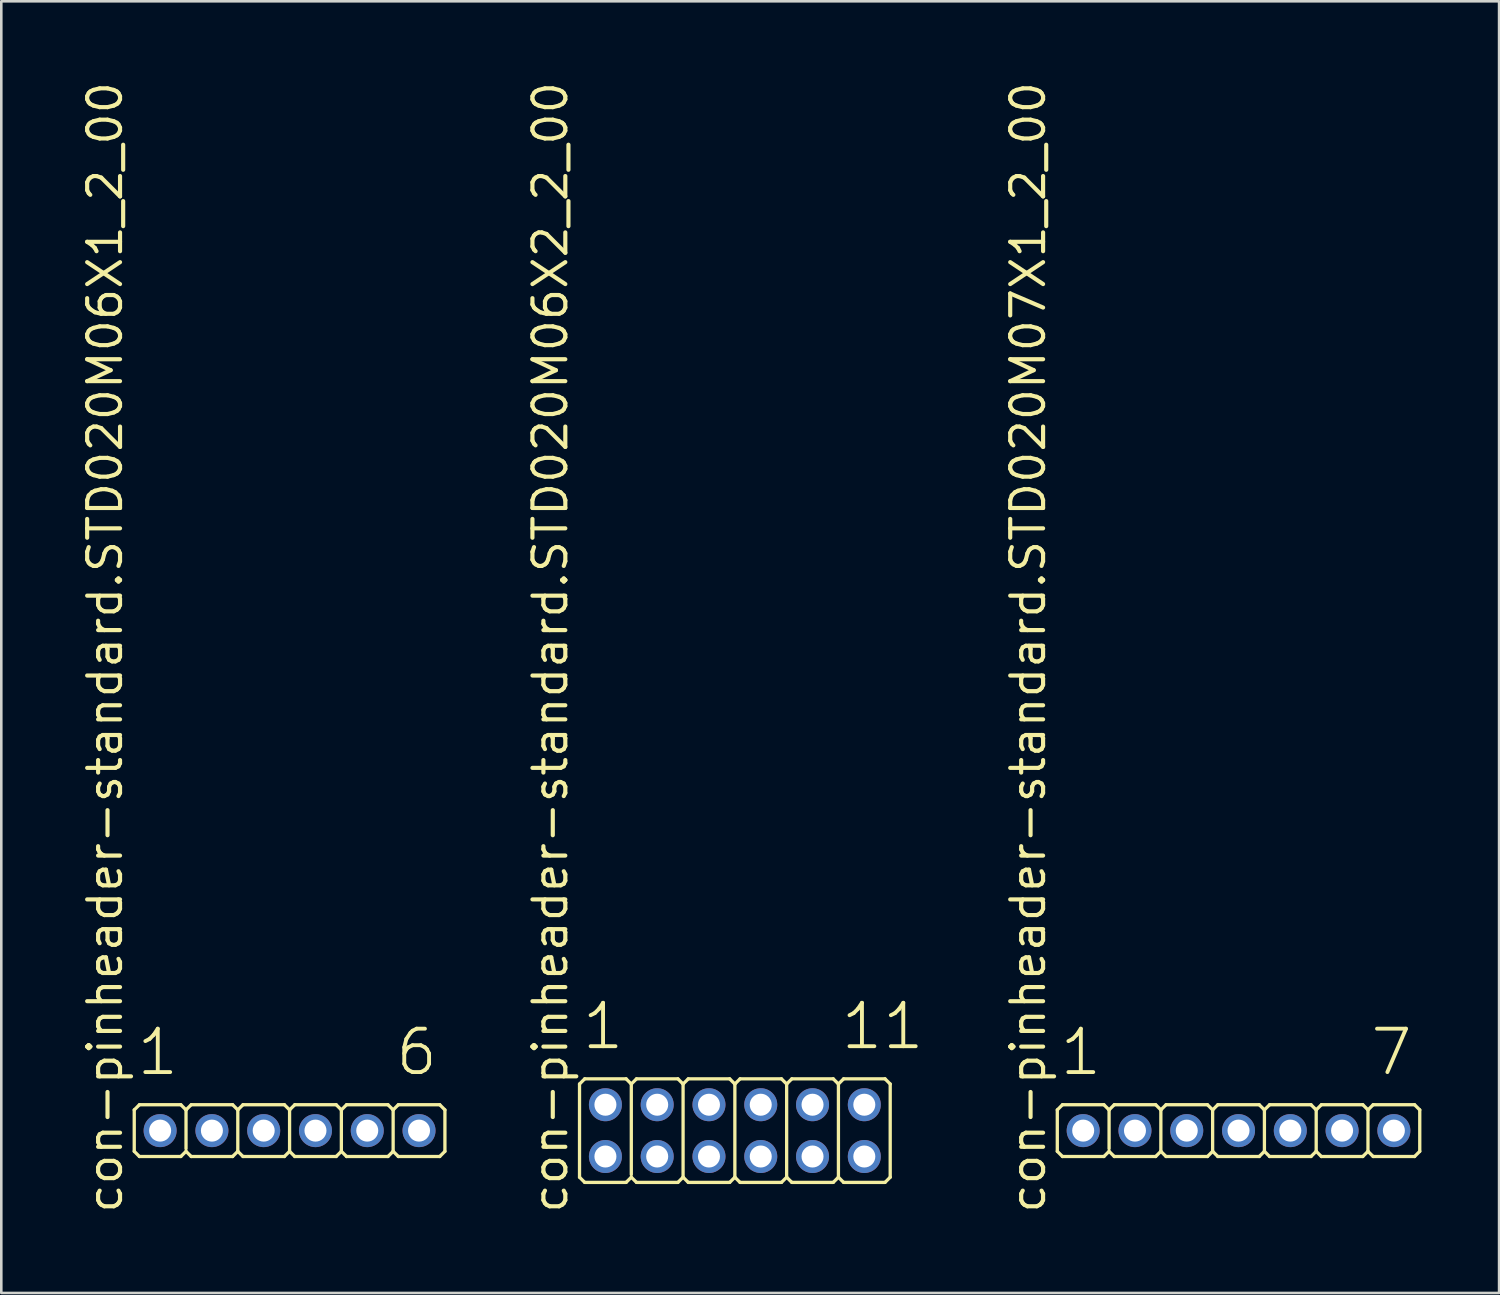
<source format=kicad_pcb>
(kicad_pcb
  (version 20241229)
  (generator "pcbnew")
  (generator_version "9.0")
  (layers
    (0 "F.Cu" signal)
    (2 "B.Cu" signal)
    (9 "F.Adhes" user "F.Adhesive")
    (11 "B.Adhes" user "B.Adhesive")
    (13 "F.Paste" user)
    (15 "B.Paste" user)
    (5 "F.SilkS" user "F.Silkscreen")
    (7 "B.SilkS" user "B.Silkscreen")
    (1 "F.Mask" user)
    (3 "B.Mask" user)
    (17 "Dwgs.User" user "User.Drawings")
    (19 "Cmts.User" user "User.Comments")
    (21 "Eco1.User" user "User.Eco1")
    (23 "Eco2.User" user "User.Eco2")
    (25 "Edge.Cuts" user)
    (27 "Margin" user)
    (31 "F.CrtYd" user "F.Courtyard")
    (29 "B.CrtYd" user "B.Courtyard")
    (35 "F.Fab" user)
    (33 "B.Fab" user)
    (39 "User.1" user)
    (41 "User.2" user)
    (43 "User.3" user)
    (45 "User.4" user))
  (footprint "con-pinheader-standard.STD020M06X2_2_00"
    (layer "F.Cu")
    (at 25.334 40.62)
    (property "Reference" "con-pinheader-standard.STD020M06X2_2_00" (at -6.385 3.27 90) (layer "F.SilkS") (effects (font (size 1.27 1.27) (thickness 0.16)) (justify left bottom)))
    (attr through_hole)
    (fp_line (start -6 1.8) (end -6 -1.8) (stroke (width 0.127) (type default)) (layer "F.SilkS"))
    (fp_line (start -5.8 -2) (end -6 -1.8) (stroke (width 0.127) (type default)) (layer "F.SilkS"))
    (fp_line (start -5.8 -2) (end -4.2 -2) (stroke (width 0.127) (type default)) (layer "F.SilkS"))
    (fp_line (start -5.8 2) (end -6 1.8) (stroke (width 0.127) (type default)) (layer "F.SilkS"))
    (fp_line (start -4.2 -2) (end -4 -1.8) (stroke (width 0.127) (type default)) (layer "F.SilkS"))
    (fp_line (start -4.2 2) (end -5.8 2) (stroke (width 0.127) (type default)) (layer "F.SilkS"))
    (fp_line (start -4.2 2) (end -4 1.8) (stroke (width 0.127) (type default)) (layer "F.SilkS"))
    (fp_line (start -4 -1.8) (end -4 1.7) (stroke (width 0.127) (type default)) (layer "F.SilkS"))
    (fp_line (start -3.8 -2) (end -4 -1.8) (stroke (width 0.127) (type default)) (layer "F.SilkS"))
    (fp_line (start -3.8 -2) (end -2.2 -2) (stroke (width 0.127) (type default)) (layer "F.SilkS"))
    (fp_line (start -3.8 2) (end -4 1.8) (stroke (width 0.127) (type default)) (layer "F.SilkS"))
    (fp_line (start -2.2 -2) (end -2 -1.8) (stroke (width 0.127) (type default)) (layer "F.SilkS"))
    (fp_line (start -2.2 2) (end -3.8 2) (stroke (width 0.127) (type default)) (layer "F.SilkS"))
    (fp_line (start -2.2 2) (end -2 1.8) (stroke (width 0.127) (type default)) (layer "F.SilkS"))
    (fp_line (start -2 -1.8) (end -2 1.8) (stroke (width 0.127) (type default)) (layer "F.SilkS"))
    (fp_line (start -1.8 -2) (end -2 -1.8) (stroke (width 0.127) (type default)) (layer "F.SilkS"))
    (fp_line (start -1.8 -2) (end -0.2 -2) (stroke (width 0.127) (type default)) (layer "F.SilkS"))
    (fp_line (start -1.8 2) (end -2 1.8) (stroke (width 0.127) (type default)) (layer "F.SilkS"))
    (fp_line (start -0.2 -2) (end 0 -1.8) (stroke (width 0.127) (type default)) (layer "F.SilkS"))
    (fp_line (start -0.2 2) (end -1.8 2) (stroke (width 0.127) (type default)) (layer "F.SilkS"))
    (fp_line (start -0.2 2) (end 0 1.8) (stroke (width 0.127) (type default)) (layer "F.SilkS"))
    (fp_line (start 0 -1.8) (end 0 1.8) (stroke (width 0.127) (type default)) (layer "F.SilkS"))
    (fp_line (start 0.2 -2) (end 0 -1.8) (stroke (width 0.127) (type default)) (layer "F.SilkS"))
    (fp_line (start 0.2 -2) (end 1.8 -2) (stroke (width 0.127) (type default)) (layer "F.SilkS"))
    (fp_line (start 0.2 2) (end 0 1.8) (stroke (width 0.127) (type default)) (layer "F.SilkS"))
    (fp_line (start 1.8 -2) (end 2 -1.8) (stroke (width 0.127) (type default)) (layer "F.SilkS"))
    (fp_line (start 1.8 2) (end 0.2 2) (stroke (width 0.127) (type default)) (layer "F.SilkS"))
    (fp_line (start 1.8 2) (end 2 1.8) (stroke (width 0.127) (type default)) (layer "F.SilkS"))
    (fp_line (start 2 -1.8) (end 2 1.8) (stroke (width 0.127) (type default)) (layer "F.SilkS"))
    (fp_line (start 2.2 -2) (end 2 -1.8) (stroke (width 0.127) (type default)) (layer "F.SilkS"))
    (fp_line (start 2.2 -2) (end 3.8 -2) (stroke (width 0.127) (type default)) (layer "F.SilkS"))
    (fp_line (start 2.2 2) (end 2 1.8) (stroke (width 0.127) (type default)) (layer "F.SilkS"))
    (fp_line (start 3.8 -2) (end 4 -1.8) (stroke (width 0.127) (type default)) (layer "F.SilkS"))
    (fp_line (start 3.8 2) (end 2.2 2) (stroke (width 0.127) (type default)) (layer "F.SilkS"))
    (fp_line (start 3.8 2) (end 4 1.8) (stroke (width 0.127) (type default)) (layer "F.SilkS"))
    (fp_line (start 4 -1.8) (end 4 1.8) (stroke (width 0.127) (type default)) (layer "F.SilkS"))
    (fp_line (start 4.2 -2) (end 4 -1.8) (stroke (width 0.127) (type default)) (layer "F.SilkS"))
    (fp_line (start 4.2 -2) (end 5.8 -2) (stroke (width 0.127) (type default)) (layer "F.SilkS"))
    (fp_line (start 4.2 2) (end 4 1.8) (stroke (width 0.127) (type default)) (layer "F.SilkS"))
    (fp_line (start 5.8 -2) (end 6 -1.8) (stroke (width 0.127) (type default)) (layer "F.SilkS"))
    (fp_line (start 5.8 2) (end 4.2 2) (stroke (width 0.127) (type default)) (layer "F.SilkS"))
    (fp_line (start 5.8 2) (end 6 1.8) (stroke (width 0.127) (type default)) (layer "F.SilkS"))
    (fp_line (start 6 -1.8) (end 6 1.8) (stroke (width 0.127) (type default)) (layer "F.SilkS"))
    (fp_rect (start -5.25 -0.75) (end -4.75 -1.25) (stroke (width 0.05) (type default)) (fill no) (layer "F.Fab"))
    (fp_rect (start -5.25 1.25) (end -4.75 0.75) (stroke (width 0.05) (type default)) (fill no) (layer "F.Fab"))
    (fp_rect (start -3.25 -0.75) (end -2.75 -1.25) (stroke (width 0.05) (type default)) (fill no) (layer "F.Fab"))
    (fp_rect (start -3.25 1.25) (end -2.75 0.75) (stroke (width 0.05) (type default)) (fill no) (layer "F.Fab"))
    (fp_rect (start -1.25 -0.75) (end -0.75 -1.25) (stroke (width 0.05) (type default)) (fill no) (layer "F.Fab"))
    (fp_rect (start -1.25 1.25) (end -0.75 0.75) (stroke (width 0.05) (type default)) (fill no) (layer "F.Fab"))
    (fp_rect (start 0.75 -0.75) (end 1.25 -1.25) (stroke (width 0.05) (type default)) (fill no) (layer "F.Fab"))
    (fp_rect (start 0.75 1.25) (end 1.25 0.75) (stroke (width 0.05) (type default)) (fill no) (layer "F.Fab"))
    (fp_rect (start 2.75 -0.75) (end 3.25 -1.25) (stroke (width 0.05) (type default)) (fill no) (layer "F.Fab"))
    (fp_rect (start 2.75 1.25) (end 3.25 0.75) (stroke (width 0.05) (type default)) (fill no) (layer "F.Fab"))
    (fp_rect (start 4.75 -0.75) (end 5.25 -1.25) (stroke (width 0.05) (type default)) (fill no) (layer "F.Fab"))
    (fp_rect (start 4.75 1.25) (end 5.25 0.75) (stroke (width 0.05) (type default)) (fill no) (layer "F.Fab"))
    (fp_text user "1" (at -5.988 -3.048 0) (layer "F.SilkS") (effects (font (size 1.676 1.676) (thickness 0.15)) (justify left bottom)))
    (fp_text user "11" (at 4.012 -3.048 0) (layer "F.SilkS") (effects (font (size 1.676 1.676) (thickness 0.15)) (justify left bottom)))
    (pad "1" thru_hole circle (at -5 -1) (size 1.275 1.275) (drill 0.85) (layers "*.Cu" "*.Mask"))
    (pad "2" thru_hole circle (at -5 1) (size 1.275 1.275) (drill 0.85) (layers "*.Cu" "*.Mask"))
    (pad "3" thru_hole circle (at -3 -1) (size 1.275 1.275) (drill 0.85) (layers "*.Cu" "*.Mask"))
    (pad "4" thru_hole circle (at -3 1) (size 1.275 1.275) (drill 0.85) (layers "*.Cu" "*.Mask"))
    (pad "5" thru_hole circle (at -1 -1) (size 1.275 1.275) (drill 0.85) (layers "*.Cu" "*.Mask"))
    (pad "6" thru_hole circle (at -1 1) (size 1.275 1.275) (drill 0.85) (layers "*.Cu" "*.Mask"))
    (pad "7" thru_hole circle (at 1 -1) (size 1.275 1.275) (drill 0.85) (layers "*.Cu" "*.Mask"))
    (pad "8" thru_hole circle (at 1 1) (size 1.275 1.275) (drill 0.85) (layers "*.Cu" "*.Mask"))
    (pad "9" thru_hole circle (at 3 -1) (size 1.275 1.275) (drill 0.85) (layers "*.Cu" "*.Mask"))
    (pad "10" thru_hole circle (at 3 1) (size 1.275 1.275) (drill 0.85) (layers "*.Cu" "*.Mask"))
    (pad "11" thru_hole circle (at 5 -1) (size 1.275 1.275) (drill 0.85) (layers "*.Cu" "*.Mask"))
    (pad "12" thru_hole circle (at 5 1) (size 1.275 1.275) (drill 0.85) (layers "*.Cu" "*.Mask")))
  (footprint "con-pinheader-standard.STD020M06X1_2_00"
    (layer "F.Cu")
    (at 8.135 40.62)
    (property "Reference" "con-pinheader-standard.STD020M06X1_2_00" (at -6.385 3.27 90) (layer "F.SilkS") (effects (font (size 1.27 1.27) (thickness 0.16)) (justify left bottom)))
    (attr through_hole)
    (fp_line (start -6 0.8) (end -6 -0.8) (stroke (width 0.127) (type default)) (layer "F.SilkS"))
    (fp_line (start -5.8 -1) (end -6 -0.8) (stroke (width 0.127) (type default)) (layer "F.SilkS"))
    (fp_line (start -5.8 -1) (end -4.2 -1) (stroke (width 0.127) (type default)) (layer "F.SilkS"))
    (fp_line (start -5.8 1) (end -6 0.8) (stroke (width 0.127) (type default)) (layer "F.SilkS"))
    (fp_line (start -4.2 -1) (end -4 -0.8) (stroke (width 0.127) (type default)) (layer "F.SilkS"))
    (fp_line (start -4.2 1) (end -5.8 1) (stroke (width 0.127) (type default)) (layer "F.SilkS"))
    (fp_line (start -4.2 1) (end -4 0.8) (stroke (width 0.127) (type default)) (layer "F.SilkS"))
    (fp_line (start -4 -0.8) (end -4 0.7) (stroke (width 0.127) (type default)) (layer "F.SilkS"))
    (fp_line (start -3.8 -1) (end -4 -0.8) (stroke (width 0.127) (type default)) (layer "F.SilkS"))
    (fp_line (start -3.8 -1) (end -2.2 -1) (stroke (width 0.127) (type default)) (layer "F.SilkS"))
    (fp_line (start -3.8 1) (end -4 0.8) (stroke (width 0.127) (type default)) (layer "F.SilkS"))
    (fp_line (start -2.2 -1) (end -2 -0.8) (stroke (width 0.127) (type default)) (layer "F.SilkS"))
    (fp_line (start -2.2 1) (end -3.8 1) (stroke (width 0.127) (type default)) (layer "F.SilkS"))
    (fp_line (start -2.2 1) (end -2 0.8) (stroke (width 0.127) (type default)) (layer "F.SilkS"))
    (fp_line (start -2 -0.8) (end -2 0.8) (stroke (width 0.127) (type default)) (layer "F.SilkS"))
    (fp_line (start -1.8 -1) (end -2 -0.8) (stroke (width 0.127) (type default)) (layer "F.SilkS"))
    (fp_line (start -1.8 -1) (end -0.2 -1) (stroke (width 0.127) (type default)) (layer "F.SilkS"))
    (fp_line (start -1.8 1) (end -2 0.8) (stroke (width 0.127) (type default)) (layer "F.SilkS"))
    (fp_line (start -0.2 -1) (end 0 -0.8) (stroke (width 0.127) (type default)) (layer "F.SilkS"))
    (fp_line (start -0.2 1) (end -1.8 1) (stroke (width 0.127) (type default)) (layer "F.SilkS"))
    (fp_line (start -0.2 1) (end 0 0.8) (stroke (width 0.127) (type default)) (layer "F.SilkS"))
    (fp_line (start 0 -0.8) (end 0 0.8) (stroke (width 0.127) (type default)) (layer "F.SilkS"))
    (fp_line (start 0.2 -1) (end 0 -0.8) (stroke (width 0.127) (type default)) (layer "F.SilkS"))
    (fp_line (start 0.2 -1) (end 1.8 -1) (stroke (width 0.127) (type default)) (layer "F.SilkS"))
    (fp_line (start 0.2 1) (end 0 0.8) (stroke (width 0.127) (type default)) (layer "F.SilkS"))
    (fp_line (start 1.8 -1) (end 2 -0.8) (stroke (width 0.127) (type default)) (layer "F.SilkS"))
    (fp_line (start 1.8 1) (end 0.2 1) (stroke (width 0.127) (type default)) (layer "F.SilkS"))
    (fp_line (start 1.8 1) (end 2 0.8) (stroke (width 0.127) (type default)) (layer "F.SilkS"))
    (fp_line (start 2 -0.8) (end 2 0.8) (stroke (width 0.127) (type default)) (layer "F.SilkS"))
    (fp_line (start 2.2 -1) (end 2 -0.8) (stroke (width 0.127) (type default)) (layer "F.SilkS"))
    (fp_line (start 2.2 -1) (end 3.8 -1) (stroke (width 0.127) (type default)) (layer "F.SilkS"))
    (fp_line (start 2.2 1) (end 2 0.8) (stroke (width 0.127) (type default)) (layer "F.SilkS"))
    (fp_line (start 3.8 -1) (end 4 -0.8) (stroke (width 0.127) (type default)) (layer "F.SilkS"))
    (fp_line (start 3.8 1) (end 2.2 1) (stroke (width 0.127) (type default)) (layer "F.SilkS"))
    (fp_line (start 3.8 1) (end 4 0.8) (stroke (width 0.127) (type default)) (layer "F.SilkS"))
    (fp_line (start 4 -0.8) (end 4 0.8) (stroke (width 0.127) (type default)) (layer "F.SilkS"))
    (fp_line (start 4.2 -1) (end 4 -0.8) (stroke (width 0.127) (type default)) (layer "F.SilkS"))
    (fp_line (start 4.2 -1) (end 5.8 -1) (stroke (width 0.127) (type default)) (layer "F.SilkS"))
    (fp_line (start 4.2 1) (end 4 0.8) (stroke (width 0.127) (type default)) (layer "F.SilkS"))
    (fp_line (start 5.8 -1) (end 6 -0.8) (stroke (width 0.127) (type default)) (layer "F.SilkS"))
    (fp_line (start 5.8 1) (end 4.2 1) (stroke (width 0.127) (type default)) (layer "F.SilkS"))
    (fp_line (start 5.8 1) (end 6 0.8) (stroke (width 0.127) (type default)) (layer "F.SilkS"))
    (fp_line (start 6 -0.8) (end 6 0.8) (stroke (width 0.127) (type default)) (layer "F.SilkS"))
    (fp_rect (start -5.25 0.25) (end -4.75 -0.25) (stroke (width 0.05) (type default)) (fill no) (layer "F.Fab"))
    (fp_rect (start -3.25 0.25) (end -2.75 -0.25) (stroke (width 0.05) (type default)) (fill no) (layer "F.Fab"))
    (fp_rect (start -1.25 0.25) (end -0.75 -0.25) (stroke (width 0.05) (type default)) (fill no) (layer "F.Fab"))
    (fp_rect (start 0.75 0.25) (end 1.25 -0.25) (stroke (width 0.05) (type default)) (fill no) (layer "F.Fab"))
    (fp_rect (start 2.75 0.25) (end 3.25 -0.25) (stroke (width 0.05) (type default)) (fill no) (layer "F.Fab"))
    (fp_rect (start 4.75 0.25) (end 5.25 -0.25) (stroke (width 0.05) (type default)) (fill no) (layer "F.Fab"))
    (fp_text user "6" (at 4.012 -2.048 0) (layer "F.SilkS") (effects (font (size 1.676 1.676) (thickness 0.15)) (justify left bottom)))
    (fp_text user "1" (at -5.988 -2.048 0) (layer "F.SilkS") (effects (font (size 1.676 1.676) (thickness 0.15)) (justify left bottom)))
    (pad "1" thru_hole circle (at -5 0) (size 1.275 1.275) (drill 0.85) (layers "*.Cu" "*.Mask"))
    (pad "2" thru_hole circle (at -3 0) (size 1.275 1.275) (drill 0.85) (layers "*.Cu" "*.Mask"))
    (pad "3" thru_hole circle (at -1 0) (size 1.275 1.275) (drill 0.85) (layers "*.Cu" "*.Mask"))
    (pad "4" thru_hole circle (at 1 0) (size 1.275 1.275) (drill 0.85) (layers "*.Cu" "*.Mask"))
    (pad "5" thru_hole circle (at 3 0) (size 1.275 1.275) (drill 0.85) (layers "*.Cu" "*.Mask"))
    (pad "6" thru_hole circle (at 5 0) (size 1.275 1.275) (drill 0.85) (layers "*.Cu" "*.Mask")))
  (footprint "con-pinheader-standard.STD020M07X1_2_00"
    (layer "F.Cu")
    (at 44.788 40.62)
    (property "Reference" "con-pinheader-standard.STD020M07X1_2_00" (at -7.385 3.27 90) (layer "F.SilkS") (effects (font (size 1.27 1.27) (thickness 0.16)) (justify left bottom)))
    (attr through_hole)
    (fp_line (start -7 0.8) (end -7 -0.8) (stroke (width 0.127) (type default)) (layer "F.SilkS"))
    (fp_line (start -6.8 -1) (end -7 -0.8) (stroke (width 0.127) (type default)) (layer "F.SilkS"))
    (fp_line (start -6.8 -1) (end -5.2 -1) (stroke (width 0.127) (type default)) (layer "F.SilkS"))
    (fp_line (start -6.8 1) (end -7 0.8) (stroke (width 0.127) (type default)) (layer "F.SilkS"))
    (fp_line (start -5.2 -1) (end -5 -0.8) (stroke (width 0.127) (type default)) (layer "F.SilkS"))
    (fp_line (start -5.2 1) (end -6.8 1) (stroke (width 0.127) (type default)) (layer "F.SilkS"))
    (fp_line (start -5.2 1) (end -5 0.8) (stroke (width 0.127) (type default)) (layer "F.SilkS"))
    (fp_line (start -5 -0.8) (end -5 0.7) (stroke (width 0.127) (type default)) (layer "F.SilkS"))
    (fp_line (start -4.8 -1) (end -5 -0.8) (stroke (width 0.127) (type default)) (layer "F.SilkS"))
    (fp_line (start -4.8 -1) (end -3.2 -1) (stroke (width 0.127) (type default)) (layer "F.SilkS"))
    (fp_line (start -4.8 1) (end -5 0.8) (stroke (width 0.127) (type default)) (layer "F.SilkS"))
    (fp_line (start -3.2 -1) (end -3 -0.8) (stroke (width 0.127) (type default)) (layer "F.SilkS"))
    (fp_line (start -3.2 1) (end -4.8 1) (stroke (width 0.127) (type default)) (layer "F.SilkS"))
    (fp_line (start -3.2 1) (end -3 0.8) (stroke (width 0.127) (type default)) (layer "F.SilkS"))
    (fp_line (start -3 -0.8) (end -3 0.8) (stroke (width 0.127) (type default)) (layer "F.SilkS"))
    (fp_line (start -2.8 -1) (end -3 -0.8) (stroke (width 0.127) (type default)) (layer "F.SilkS"))
    (fp_line (start -2.8 -1) (end -1.2 -1) (stroke (width 0.127) (type default)) (layer "F.SilkS"))
    (fp_line (start -2.8 1) (end -3 0.8) (stroke (width 0.127) (type default)) (layer "F.SilkS"))
    (fp_line (start -1.2 -1) (end -1 -0.8) (stroke (width 0.127) (type default)) (layer "F.SilkS"))
    (fp_line (start -1.2 1) (end -2.8 1) (stroke (width 0.127) (type default)) (layer "F.SilkS"))
    (fp_line (start -1.2 1) (end -1 0.8) (stroke (width 0.127) (type default)) (layer "F.SilkS"))
    (fp_line (start -1 -0.8) (end -1 0.8) (stroke (width 0.127) (type default)) (layer "F.SilkS"))
    (fp_line (start -0.8 -1) (end -1 -0.8) (stroke (width 0.127) (type default)) (layer "F.SilkS"))
    (fp_line (start -0.8 -1) (end 0.8 -1) (stroke (width 0.127) (type default)) (layer "F.SilkS"))
    (fp_line (start -0.8 1) (end -1 0.8) (stroke (width 0.127) (type default)) (layer "F.SilkS"))
    (fp_line (start 0.8 -1) (end 1 -0.8) (stroke (width 0.127) (type default)) (layer "F.SilkS"))
    (fp_line (start 0.8 1) (end -0.8 1) (stroke (width 0.127) (type default)) (layer "F.SilkS"))
    (fp_line (start 0.8 1) (end 1 0.8) (stroke (width 0.127) (type default)) (layer "F.SilkS"))
    (fp_line (start 1 -0.8) (end 1 0.8) (stroke (width 0.127) (type default)) (layer "F.SilkS"))
    (fp_line (start 1.2 -1) (end 1 -0.8) (stroke (width 0.127) (type default)) (layer "F.SilkS"))
    (fp_line (start 1.2 -1) (end 2.8 -1) (stroke (width 0.127) (type default)) (layer "F.SilkS"))
    (fp_line (start 1.2 1) (end 1 0.8) (stroke (width 0.127) (type default)) (layer "F.SilkS"))
    (fp_line (start 2.8 -1) (end 3 -0.8) (stroke (width 0.127) (type default)) (layer "F.SilkS"))
    (fp_line (start 2.8 1) (end 1.2 1) (stroke (width 0.127) (type default)) (layer "F.SilkS"))
    (fp_line (start 2.8 1) (end 3 0.8) (stroke (width 0.127) (type default)) (layer "F.SilkS"))
    (fp_line (start 3 -0.8) (end 3 0.8) (stroke (width 0.127) (type default)) (layer "F.SilkS"))
    (fp_line (start 3.2 -1) (end 3 -0.8) (stroke (width 0.127) (type default)) (layer "F.SilkS"))
    (fp_line (start 3.2 -1) (end 4.8 -1) (stroke (width 0.127) (type default)) (layer "F.SilkS"))
    (fp_line (start 3.2 1) (end 3 0.8) (stroke (width 0.127) (type default)) (layer "F.SilkS"))
    (fp_line (start 4.8 -1) (end 5 -0.8) (stroke (width 0.127) (type default)) (layer "F.SilkS"))
    (fp_line (start 4.8 1) (end 3.2 1) (stroke (width 0.127) (type default)) (layer "F.SilkS"))
    (fp_line (start 4.8 1) (end 5 0.8) (stroke (width 0.127) (type default)) (layer "F.SilkS"))
    (fp_line (start 5 -0.8) (end 5 0.8) (stroke (width 0.127) (type default)) (layer "F.SilkS"))
    (fp_line (start 5.2 -1) (end 5 -0.8) (stroke (width 0.127) (type default)) (layer "F.SilkS"))
    (fp_line (start 5.2 -1) (end 6.8 -1) (stroke (width 0.127) (type default)) (layer "F.SilkS"))
    (fp_line (start 5.2 1) (end 5 0.8) (stroke (width 0.127) (type default)) (layer "F.SilkS"))
    (fp_line (start 6.8 -1) (end 7 -0.8) (stroke (width 0.127) (type default)) (layer "F.SilkS"))
    (fp_line (start 6.8 1) (end 5.2 1) (stroke (width 0.127) (type default)) (layer "F.SilkS"))
    (fp_line (start 6.8 1) (end 7 0.8) (stroke (width 0.127) (type default)) (layer "F.SilkS"))
    (fp_line (start 7 -0.8) (end 7 0.8) (stroke (width 0.127) (type default)) (layer "F.SilkS"))
    (fp_rect (start -6.25 0.25) (end -5.75 -0.25) (stroke (width 0.05) (type default)) (fill no) (layer "F.Fab"))
    (fp_rect (start -4.25 0.25) (end -3.75 -0.25) (stroke (width 0.05) (type default)) (fill no) (layer "F.Fab"))
    (fp_rect (start -2.25 0.25) (end -1.75 -0.25) (stroke (width 0.05) (type default)) (fill no) (layer "F.Fab"))
    (fp_rect (start -0.25 0.25) (end 0.25 -0.25) (stroke (width 0.05) (type default)) (fill no) (layer "F.Fab"))
    (fp_rect (start 1.75 0.25) (end 2.25 -0.25) (stroke (width 0.05) (type default)) (fill no) (layer "F.Fab"))
    (fp_rect (start 3.75 0.25) (end 4.25 -0.25) (stroke (width 0.05) (type default)) (fill no) (layer "F.Fab"))
    (fp_rect (start 5.75 0.25) (end 6.25 -0.25) (stroke (width 0.05) (type default)) (fill no) (layer "F.Fab"))
    (fp_text user "7" (at 5.012 -2.048 0) (layer "F.SilkS") (effects (font (size 1.676 1.676) (thickness 0.15)) (justify left bottom)))
    (fp_text user "1" (at -6.988 -2.048 0) (layer "F.SilkS") (effects (font (size 1.676 1.676) (thickness 0.15)) (justify left bottom)))
    (pad "1" thru_hole circle (at -6 0) (size 1.275 1.275) (drill 0.85) (layers "*.Cu" "*.Mask"))
    (pad "2" thru_hole circle (at -4 0) (size 1.275 1.275) (drill 0.85) (layers "*.Cu" "*.Mask"))
    (pad "3" thru_hole circle (at -2 0) (size 1.275 1.275) (drill 0.85) (layers "*.Cu" "*.Mask"))
    (pad "4" thru_hole circle (at 0 0) (size 1.275 1.275) (drill 0.85) (layers "*.Cu" "*.Mask"))
    (pad "5" thru_hole circle (at 2 0) (size 1.275 1.275) (drill 0.85) (layers "*.Cu" "*.Mask"))
    (pad "6" thru_hole circle (at 4 0) (size 1.275 1.275) (drill 0.85) (layers "*.Cu" "*.Mask"))
    (pad "7" thru_hole circle (at 6 0) (size 1.275 1.275) (drill 0.85) (layers "*.Cu" "*.Mask")))
  (gr_rect
    (start -3 -3)
    (end 54.852 46.89)
    (stroke (width 0.1) (type default))
    (fill no)
    (layer "Edge.Cuts")))
</source>
